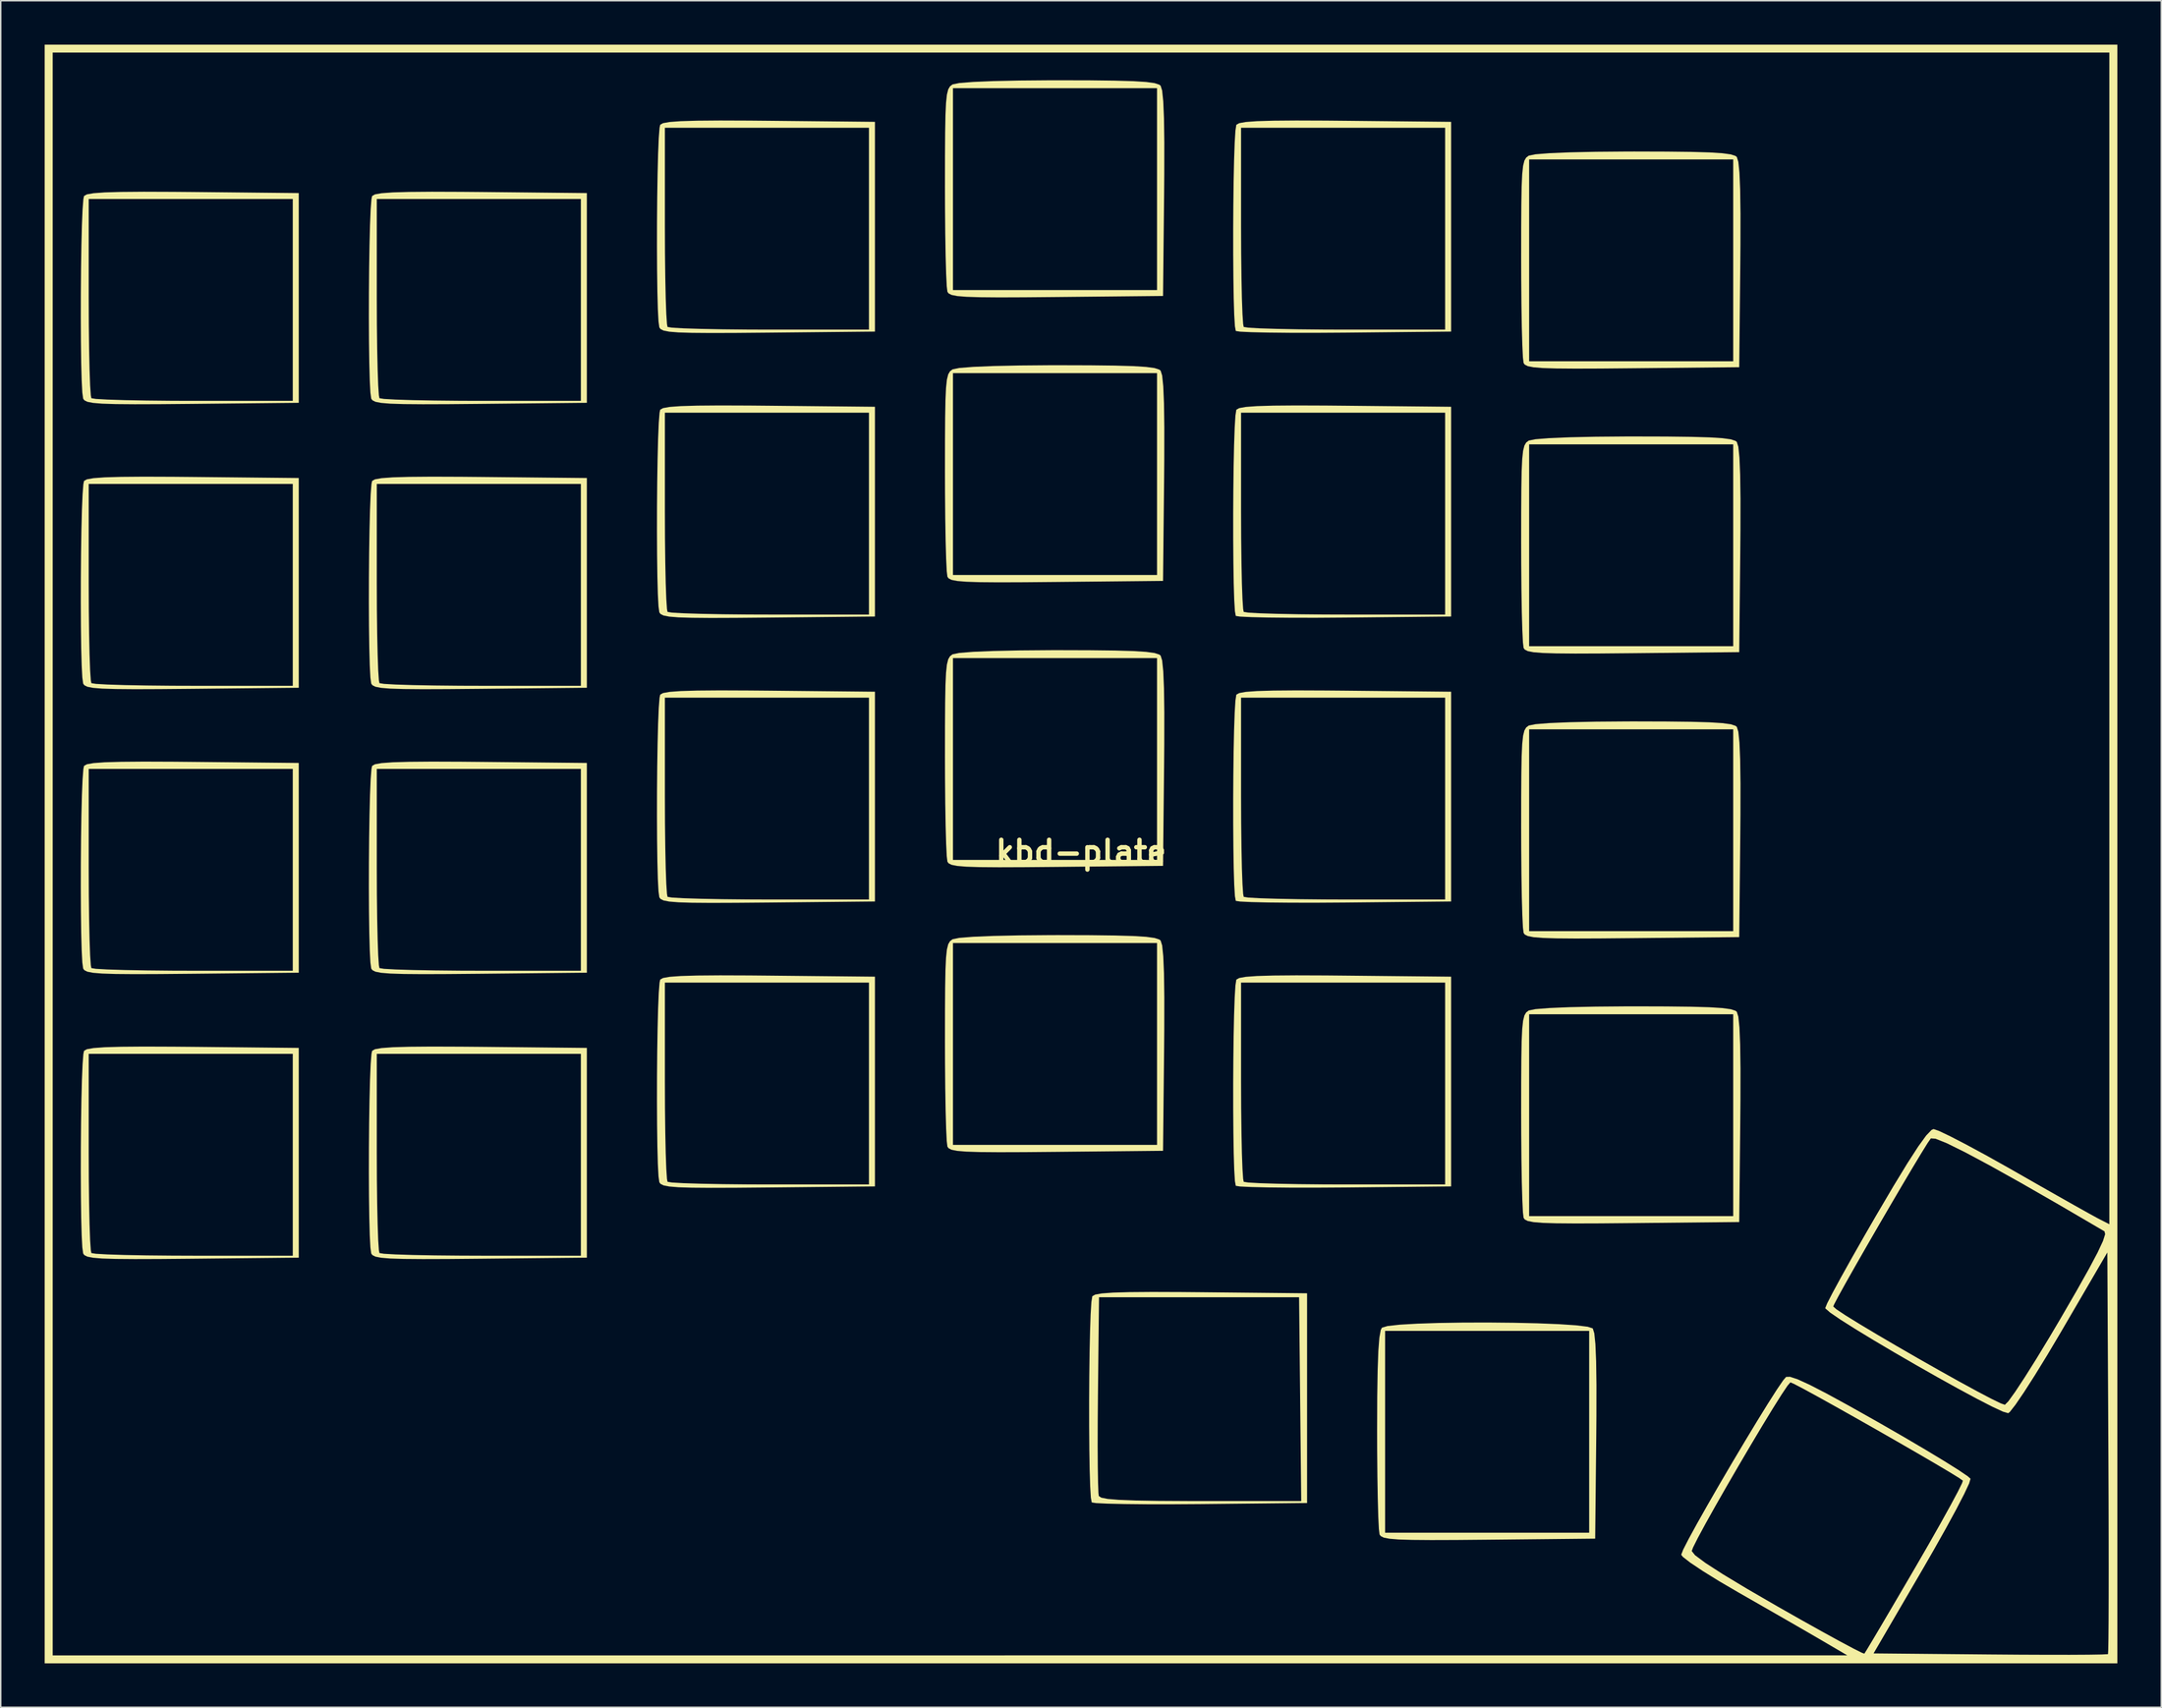
<source format=kicad_pcb>
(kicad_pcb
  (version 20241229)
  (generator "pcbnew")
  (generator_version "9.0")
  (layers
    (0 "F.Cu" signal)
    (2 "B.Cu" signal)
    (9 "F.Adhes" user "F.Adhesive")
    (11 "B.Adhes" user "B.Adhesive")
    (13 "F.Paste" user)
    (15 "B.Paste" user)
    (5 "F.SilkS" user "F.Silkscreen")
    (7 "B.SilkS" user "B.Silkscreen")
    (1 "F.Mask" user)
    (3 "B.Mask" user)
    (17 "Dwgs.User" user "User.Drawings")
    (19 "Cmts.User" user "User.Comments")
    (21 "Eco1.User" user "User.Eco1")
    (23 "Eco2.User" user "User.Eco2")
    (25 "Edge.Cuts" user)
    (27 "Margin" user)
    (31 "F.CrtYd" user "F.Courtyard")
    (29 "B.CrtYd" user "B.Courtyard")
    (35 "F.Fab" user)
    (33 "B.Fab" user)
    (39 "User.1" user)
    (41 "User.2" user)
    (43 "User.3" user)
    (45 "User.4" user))
  (footprint "kbd-plate"
    (layer "F.Cu")
    (at 70.738 55.123)
    (property "Reference" "kbd-plate" (at 0 0 0) (layer "F.SilkS") (effects (font (size 1.524 1.524) (thickness 0.3))))
    (attr board_only exclude_from_pos_files exclude_from_bom)
    (fp_poly (pts (xy 29.519 32.142) (xy 31.154 32.179) (xy 32.603 32.237) (xy 33.777 32.315) (xy 34.584 32.413) (xy 34.93 32.526) (xy 35.035 32.859) (xy 35.111 33.596) (xy 35.16 34.765) (xy 35.183 36.397) (xy 35.18 38.523) (xy 35.169 39.89) (xy 35.096 46.882) (xy 27.821 46.954) (xy 25.618 46.973) (xy 23.901 46.978) (xy 22.608 46.968) (xy 21.678 46.939) (xy 21.05 46.887) (xy 20.664 46.811) (xy 20.458 46.707) (xy 20.378 46.594) (xy 20.364 46.477) (xy 20.757 46.477) (xy 34.686 46.477) (xy 34.686 32.696) (xy 20.757 32.696) (xy 20.757 46.477) (xy 20.364 46.477) (xy 20.332 46.213) (xy 20.29 45.37) (xy 20.256 44.146) (xy 20.23 42.618) (xy 20.214 40.867) (xy 20.211 39.483) (xy 20.219 37.191) (xy 20.247 35.4) (xy 20.295 34.071) (xy 20.365 33.163) (xy 20.46 32.638) (xy 20.538 32.48) (xy 20.922 32.365) (xy 21.756 32.273) (xy 22.951 32.204) (xy 24.416 32.156) (xy 26.06 32.13) (xy 27.791 32.126)) (stroke (width 0) (type solid)) (fill yes) (layer "F.SilkS"))
    (fp_poly (pts (xy 16.693 -49.938) (xy 18.045 -49.926) (xy 25.263 -49.854) (xy 25.263 -35.533) (xy 18.007 -35.461) (xy 16.069 -35.449) (xy 14.312 -35.45) (xy 12.809 -35.465) (xy 11.635 -35.491) (xy 10.862 -35.528) (xy 10.565 -35.574) (xy 10.506 -35.894) (xy 10.458 -36.665) (xy 10.423 -37.8) (xy 10.4 -39.207) (xy 10.388 -40.799) (xy 10.387 -42.487) (xy 10.388 -42.739) (xy 10.925 -42.739) (xy 10.932 -40.886) (xy 10.952 -39.215) (xy 10.982 -37.801) (xy 11.022 -36.719) (xy 11.068 -36.044) (xy 11.107 -35.848) (xy 11.419 -35.799) (xy 12.202 -35.754) (xy 13.379 -35.717) (xy 14.874 -35.689) (xy 16.611 -35.672) (xy 18.071 -35.668) (xy 24.854 -35.668) (xy 24.854 -49.449) (xy 10.925 -49.449) (xy 10.925 -42.739) (xy 10.388 -42.739) (xy 10.397 -44.182) (xy 10.417 -45.795) (xy 10.448 -47.236) (xy 10.489 -48.418) (xy 10.54 -49.251) (xy 10.601 -49.646) (xy 10.606 -49.656) (xy 10.798 -49.764) (xy 11.25 -49.844) (xy 12.014 -49.9) (xy 13.142 -49.933) (xy 14.685 -49.945)) (stroke (width 0) (type solid)) (fill yes) (layer "F.SilkS"))
    (fp_poly (pts (xy 16.693 -30.483) (xy 18.045 -30.471) (xy 25.263 -30.399) (xy 25.263 -16.078) (xy 18.007 -16.006) (xy 16.069 -15.993) (xy 14.312 -15.995) (xy 12.809 -16.009) (xy 11.635 -16.036) (xy 10.862 -16.073) (xy 10.565 -16.118) (xy 10.506 -16.439) (xy 10.458 -17.21) (xy 10.423 -18.344) (xy 10.4 -19.752) (xy 10.388 -21.344) (xy 10.387 -23.032) (xy 10.388 -23.283) (xy 10.925 -23.283) (xy 10.932 -21.431) (xy 10.952 -19.76) (xy 10.982 -18.346) (xy 11.022 -17.264) (xy 11.068 -16.588) (xy 11.107 -16.393) (xy 11.419 -16.343) (xy 12.202 -16.299) (xy 13.379 -16.262) (xy 14.874 -16.234) (xy 16.611 -16.217) (xy 18.071 -16.213) (xy 24.854 -16.213) (xy 24.854 -29.994) (xy 10.925 -29.994) (xy 10.925 -23.283) (xy 10.388 -23.283) (xy 10.397 -24.727) (xy 10.417 -26.339) (xy 10.448 -27.781) (xy 10.489 -28.963) (xy 10.54 -29.795) (xy 10.601 -30.191) (xy 10.606 -30.201) (xy 10.798 -30.308) (xy 11.25 -30.389) (xy 12.014 -30.445) (xy 13.142 -30.478) (xy 14.685 -30.49)) (stroke (width 0) (type solid)) (fill yes) (layer "F.SilkS"))
    (fp_poly (pts (xy 16.693 -11.027) (xy 18.045 -11.016) (xy 25.263 -10.944) (xy 25.263 3.378) (xy 18.007 3.45) (xy 16.069 3.462) (xy 14.312 3.46) (xy 12.809 3.446) (xy 11.635 3.419) (xy 10.862 3.382) (xy 10.565 3.337) (xy 10.506 3.017) (xy 10.458 2.245) (xy 10.423 1.111) (xy 10.4 -0.296) (xy 10.388 -1.889) (xy 10.387 -3.577) (xy 10.388 -3.828) (xy 10.925 -3.828) (xy 10.932 -1.976) (xy 10.952 -0.305) (xy 10.982 1.109) (xy 11.022 2.192) (xy 11.068 2.867) (xy 11.107 3.062) (xy 11.419 3.112) (xy 12.202 3.156) (xy 13.379 3.193) (xy 14.874 3.221) (xy 16.611 3.238) (xy 18.071 3.243) (xy 24.854 3.243) (xy 24.854 -10.538) (xy 10.925 -10.538) (xy 10.925 -3.828) (xy 10.388 -3.828) (xy 10.397 -5.271) (xy 10.417 -6.884) (xy 10.448 -8.326) (xy 10.489 -9.507) (xy 10.54 -10.34) (xy 10.601 -10.735) (xy 10.606 -10.746) (xy 10.798 -10.853) (xy 11.25 -10.934) (xy 12.014 -10.99) (xy 13.142 -11.023) (xy 14.685 -11.035)) (stroke (width 0) (type solid)) (fill yes) (layer "F.SilkS"))
    (fp_poly (pts (xy 16.693 8.428) (xy 18.045 8.44) (xy 25.263 8.512) (xy 25.263 22.833) (xy 18.007 22.905) (xy 16.069 22.917) (xy 14.312 22.916) (xy 12.809 22.901) (xy 11.635 22.875) (xy 10.862 22.838) (xy 10.565 22.792) (xy 10.506 22.472) (xy 10.458 21.7) (xy 10.423 20.566) (xy 10.4 19.159) (xy 10.388 17.567) (xy 10.387 15.879) (xy 10.388 15.627) (xy 10.925 15.627) (xy 10.932 17.48) (xy 10.952 19.15) (xy 10.982 20.565) (xy 11.022 21.647) (xy 11.068 22.322) (xy 11.107 22.518) (xy 11.419 22.567) (xy 12.202 22.612) (xy 13.379 22.649) (xy 14.874 22.677) (xy 16.611 22.694) (xy 18.071 22.698) (xy 24.854 22.698) (xy 24.854 8.917) (xy 10.925 8.917) (xy 10.925 15.627) (xy 10.388 15.627) (xy 10.397 14.184) (xy 10.417 12.571) (xy 10.448 11.13) (xy 10.489 9.948) (xy 10.54 9.115) (xy 10.601 8.72) (xy 10.606 8.71) (xy 10.798 8.602) (xy 11.25 8.522) (xy 12.014 8.466) (xy 13.142 8.433) (xy 14.685 8.421)) (stroke (width 0) (type solid)) (fill yes) (layer "F.SilkS"))
    (fp_poly (pts (xy -61.965 -45.074) (xy -60.613 -45.063) (xy -53.395 -44.99) (xy -53.395 -30.669) (xy -60.67 -30.597) (xy -62.872 -30.578) (xy -64.589 -30.573) (xy -65.882 -30.583) (xy -66.812 -30.612) (xy -67.44 -30.664) (xy -67.826 -30.74) (xy -68.033 -30.844) (xy -68.112 -30.957) (xy -68.169 -31.372) (xy -68.214 -32.224) (xy -68.246 -33.424) (xy -68.265 -34.88) (xy -68.273 -36.501) (xy -68.271 -37.875) (xy -67.733 -37.875) (xy -67.726 -36.023) (xy -67.706 -34.352) (xy -67.676 -32.937) (xy -67.637 -31.855) (xy -67.59 -31.18) (xy -67.551 -30.984) (xy -67.239 -30.935) (xy -66.456 -30.891) (xy -65.279 -30.853) (xy -63.784 -30.825) (xy -62.047 -30.808) (xy -60.587 -30.804) (xy -53.804 -30.804) (xy -53.804 -44.585) (xy -67.733 -44.585) (xy -67.733 -37.875) (xy -68.271 -37.875) (xy -68.27 -38.195) (xy -68.256 -39.872) (xy -68.231 -41.44) (xy -68.196 -42.808) (xy -68.151 -43.885) (xy -68.097 -44.579) (xy -68.052 -44.792) (xy -67.86 -44.9) (xy -67.408 -44.98) (xy -66.644 -45.036) (xy -65.516 -45.069) (xy -63.973 -45.081)) (stroke (width 0) (type solid)) (fill yes) (layer "F.SilkS"))
    (fp_poly (pts (xy -61.965 -25.619) (xy -60.613 -25.607) (xy -53.395 -25.535) (xy -53.395 -11.214) (xy -60.67 -11.142) (xy -62.872 -11.123) (xy -64.589 -11.117) (xy -65.882 -11.128) (xy -66.812 -11.157) (xy -67.44 -11.208) (xy -67.826 -11.284) (xy -68.033 -11.388) (xy -68.112 -11.502) (xy -68.169 -11.916) (xy -68.214 -12.769) (xy -68.246 -13.969) (xy -68.265 -15.425) (xy -68.273 -17.046) (xy -68.271 -18.42) (xy -67.733 -18.42) (xy -67.726 -16.567) (xy -67.706 -14.896) (xy -67.676 -13.482) (xy -67.637 -12.4) (xy -67.59 -11.724) (xy -67.551 -11.529) (xy -67.239 -11.48) (xy -66.456 -11.435) (xy -65.279 -11.398) (xy -63.784 -11.37) (xy -62.047 -11.353) (xy -60.587 -11.349) (xy -53.804 -11.349) (xy -53.804 -25.13) (xy -67.733 -25.13) (xy -67.733 -18.42) (xy -68.271 -18.42) (xy -68.27 -18.74) (xy -68.256 -20.417) (xy -68.231 -21.985) (xy -68.196 -23.353) (xy -68.151 -24.429) (xy -68.097 -25.124) (xy -68.052 -25.337) (xy -67.86 -25.444) (xy -67.408 -25.525) (xy -66.644 -25.581) (xy -65.516 -25.614) (xy -63.973 -25.626)) (stroke (width 0) (type solid)) (fill yes) (layer "F.SilkS"))
    (fp_poly (pts (xy -61.965 -6.164) (xy -60.613 -6.152) (xy -53.395 -6.08) (xy -53.395 8.241) (xy -60.67 8.313) (xy -62.872 8.332) (xy -64.589 8.338) (xy -65.882 8.328) (xy -66.812 8.298) (xy -67.44 8.247) (xy -67.826 8.171) (xy -68.033 8.067) (xy -68.112 7.954) (xy -68.169 7.539) (xy -68.214 6.686) (xy -68.246 5.486) (xy -68.265 4.03) (xy -68.273 2.41) (xy -68.271 1.036) (xy -67.733 1.036) (xy -67.726 2.888) (xy -67.706 4.559) (xy -67.676 5.973) (xy -67.637 7.056) (xy -67.59 7.731) (xy -67.551 7.926) (xy -67.239 7.976) (xy -66.456 8.02) (xy -65.279 8.057) (xy -63.784 8.085) (xy -62.047 8.102) (xy -60.587 8.106) (xy -53.804 8.106) (xy -53.804 -5.674) (xy -67.733 -5.674) (xy -67.733 1.036) (xy -68.271 1.036) (xy -68.27 0.715) (xy -68.256 -0.961) (xy -68.231 -2.529) (xy -68.196 -3.897) (xy -68.151 -4.974) (xy -68.097 -5.668) (xy -68.052 -5.882) (xy -67.86 -5.989) (xy -67.408 -6.07) (xy -66.644 -6.126) (xy -65.516 -6.159) (xy -63.973 -6.171)) (stroke (width 0) (type solid)) (fill yes) (layer "F.SilkS"))
    (fp_poly (pts (xy -61.965 13.292) (xy -60.613 13.303) (xy -53.395 13.376) (xy -53.395 27.697) (xy -60.67 27.769) (xy -62.872 27.788) (xy -64.589 27.793) (xy -65.882 27.783) (xy -66.812 27.754) (xy -67.44 27.702) (xy -67.826 27.626) (xy -68.033 27.522) (xy -68.112 27.409) (xy -68.169 26.994) (xy -68.214 26.142) (xy -68.246 24.942) (xy -68.265 23.486) (xy -68.273 21.865) (xy -68.271 20.491) (xy -67.733 20.491) (xy -67.726 22.343) (xy -67.706 24.014) (xy -67.676 25.429) (xy -67.637 26.511) (xy -67.59 27.186) (xy -67.551 27.382) (xy -67.239 27.431) (xy -66.456 27.475) (xy -65.279 27.513) (xy -63.784 27.541) (xy -62.047 27.557) (xy -60.587 27.562) (xy -53.804 27.562) (xy -53.804 13.781) (xy -67.733 13.781) (xy -67.733 20.491) (xy -68.271 20.491) (xy -68.27 20.171) (xy -68.256 18.494) (xy -68.231 16.926) (xy -68.196 15.558) (xy -68.151 14.481) (xy -68.097 13.787) (xy -68.052 13.574) (xy -67.86 13.466) (xy -67.408 13.386) (xy -66.644 13.33) (xy -65.516 13.297) (xy -63.973 13.285)) (stroke (width 0) (type solid)) (fill yes) (layer "F.SilkS"))
    (fp_poly (pts (xy -42.3 -45.074) (xy -40.949 -45.063) (xy -33.73 -44.99) (xy -33.73 -30.669) (xy -41.005 -30.597) (xy -43.208 -30.578) (xy -44.925 -30.573) (xy -46.218 -30.583) (xy -47.148 -30.612) (xy -47.775 -30.664) (xy -48.162 -30.74) (xy -48.368 -30.844) (xy -48.448 -30.957) (xy -48.505 -31.372) (xy -48.549 -32.224) (xy -48.581 -33.424) (xy -48.601 -34.88) (xy -48.609 -36.501) (xy -48.606 -37.875) (xy -48.069 -37.875) (xy -48.062 -36.023) (xy -48.042 -34.352) (xy -48.011 -32.937) (xy -47.972 -31.855) (xy -47.926 -31.18) (xy -47.887 -30.984) (xy -47.574 -30.935) (xy -46.792 -30.891) (xy -45.615 -30.853) (xy -44.12 -30.825) (xy -42.383 -30.808) (xy -40.922 -30.804) (xy -34.14 -30.804) (xy -34.14 -44.585) (xy -48.069 -44.585) (xy -48.069 -37.875) (xy -48.606 -37.875) (xy -48.605 -38.195) (xy -48.591 -39.872) (xy -48.566 -41.44) (xy -48.531 -42.808) (xy -48.487 -43.885) (xy -48.432 -44.579) (xy -48.387 -44.792) (xy -48.196 -44.9) (xy -47.744 -44.98) (xy -46.979 -45.036) (xy -45.851 -45.069) (xy -44.309 -45.081)) (stroke (width 0) (type solid)) (fill yes) (layer "F.SilkS"))
    (fp_poly (pts (xy -42.3 -25.619) (xy -40.949 -25.607) (xy -33.73 -25.535) (xy -33.73 -11.214) (xy -41.005 -11.142) (xy -43.208 -11.123) (xy -44.925 -11.117) (xy -46.218 -11.128) (xy -47.148 -11.157) (xy -47.775 -11.208) (xy -48.162 -11.284) (xy -48.368 -11.388) (xy -48.448 -11.502) (xy -48.505 -11.916) (xy -48.549 -12.769) (xy -48.581 -13.969) (xy -48.601 -15.425) (xy -48.609 -17.046) (xy -48.606 -18.42) (xy -48.069 -18.42) (xy -48.062 -16.567) (xy -48.042 -14.896) (xy -48.011 -13.482) (xy -47.972 -12.4) (xy -47.926 -11.724) (xy -47.887 -11.529) (xy -47.574 -11.48) (xy -46.792 -11.435) (xy -45.615 -11.398) (xy -44.12 -11.37) (xy -42.383 -11.353) (xy -40.922 -11.349) (xy -34.14 -11.349) (xy -34.14 -25.13) (xy -48.069 -25.13) (xy -48.069 -18.42) (xy -48.606 -18.42) (xy -48.605 -18.74) (xy -48.591 -20.417) (xy -48.566 -21.985) (xy -48.531 -23.353) (xy -48.487 -24.429) (xy -48.432 -25.124) (xy -48.387 -25.337) (xy -48.196 -25.444) (xy -47.744 -25.525) (xy -46.979 -25.581) (xy -45.851 -25.614) (xy -44.309 -25.626)) (stroke (width 0) (type solid)) (fill yes) (layer "F.SilkS"))
    (fp_poly (pts (xy -42.3 -6.164) (xy -40.949 -6.152) (xy -33.73 -6.08) (xy -33.73 8.241) (xy -41.005 8.313) (xy -43.208 8.332) (xy -44.925 8.338) (xy -46.218 8.328) (xy -47.148 8.298) (xy -47.775 8.247) (xy -48.162 8.171) (xy -48.368 8.067) (xy -48.448 7.954) (xy -48.505 7.539) (xy -48.549 6.686) (xy -48.581 5.486) (xy -48.601 4.03) (xy -48.609 2.41) (xy -48.606 1.036) (xy -48.069 1.036) (xy -48.062 2.888) (xy -48.042 4.559) (xy -48.011 5.973) (xy -47.972 7.056) (xy -47.926 7.731) (xy -47.887 7.926) (xy -47.574 7.976) (xy -46.792 8.02) (xy -45.615 8.057) (xy -44.12 8.085) (xy -42.383 8.102) (xy -40.922 8.106) (xy -34.14 8.106) (xy -34.14 -5.674) (xy -48.069 -5.674) (xy -48.069 1.036) (xy -48.606 1.036) (xy -48.605 0.715) (xy -48.591 -0.961) (xy -48.566 -2.529) (xy -48.531 -3.897) (xy -48.487 -4.974) (xy -48.432 -5.668) (xy -48.387 -5.882) (xy -48.196 -5.989) (xy -47.744 -6.07) (xy -46.979 -6.126) (xy -45.851 -6.159) (xy -44.309 -6.171)) (stroke (width 0) (type solid)) (fill yes) (layer "F.SilkS"))
    (fp_poly (pts (xy -42.3 13.292) (xy -40.949 13.303) (xy -33.73 13.376) (xy -33.73 27.697) (xy -41.005 27.769) (xy -43.208 27.788) (xy -44.925 27.793) (xy -46.218 27.783) (xy -47.148 27.754) (xy -47.775 27.702) (xy -48.162 27.626) (xy -48.368 27.522) (xy -48.448 27.409) (xy -48.505 26.994) (xy -48.549 26.142) (xy -48.581 24.942) (xy -48.601 23.486) (xy -48.609 21.865) (xy -48.606 20.491) (xy -48.069 20.491) (xy -48.062 22.343) (xy -48.042 24.014) (xy -48.011 25.429) (xy -47.972 26.511) (xy -47.926 27.186) (xy -47.887 27.382) (xy -47.574 27.431) (xy -46.792 27.475) (xy -45.615 27.513) (xy -44.12 27.541) (xy -42.383 27.557) (xy -40.922 27.562) (xy -34.14 27.562) (xy -34.14 13.781) (xy -48.069 13.781) (xy -48.069 20.491) (xy -48.606 20.491) (xy -48.605 20.171) (xy -48.591 18.494) (xy -48.566 16.926) (xy -48.531 15.558) (xy -48.487 14.481) (xy -48.432 13.787) (xy -48.387 13.574) (xy -48.196 13.466) (xy -47.744 13.386) (xy -46.979 13.33) (xy -45.851 13.297) (xy -44.309 13.285)) (stroke (width 0) (type solid)) (fill yes) (layer "F.SilkS"))
    (fp_poly (pts (xy -22.636 -49.938) (xy -21.284 -49.926) (xy -14.066 -49.854) (xy -14.066 -35.533) (xy -21.341 -35.461) (xy -23.543 -35.442) (xy -25.26 -35.437) (xy -26.553 -35.447) (xy -27.483 -35.476) (xy -28.111 -35.527) (xy -28.497 -35.604) (xy -28.704 -35.708) (xy -28.783 -35.821) (xy -28.84 -36.235) (xy -28.885 -37.088) (xy -28.917 -38.288) (xy -28.936 -39.744) (xy -28.944 -41.365) (xy -28.942 -42.739) (xy -28.404 -42.739) (xy -28.397 -40.886) (xy -28.377 -39.215) (xy -28.347 -37.801) (xy -28.307 -36.719) (xy -28.261 -36.044) (xy -28.222 -35.848) (xy -27.91 -35.799) (xy -27.127 -35.754) (xy -25.95 -35.717) (xy -24.455 -35.689) (xy -22.718 -35.672) (xy -21.258 -35.668) (xy -14.475 -35.668) (xy -14.475 -49.449) (xy -28.404 -49.449) (xy -28.404 -42.739) (xy -28.942 -42.739) (xy -28.941 -43.059) (xy -28.927 -44.736) (xy -28.902 -46.304) (xy -28.867 -47.672) (xy -28.822 -48.749) (xy -28.768 -49.443) (xy -28.723 -49.656) (xy -28.531 -49.764) (xy -28.079 -49.844) (xy -27.315 -49.9) (xy -26.187 -49.933) (xy -24.644 -49.945)) (stroke (width 0) (type solid)) (fill yes) (layer "F.SilkS"))
    (fp_poly (pts (xy -22.636 -30.483) (xy -21.284 -30.471) (xy -14.066 -30.399) (xy -14.066 -16.078) (xy -21.341 -16.006) (xy -23.543 -15.987) (xy -25.26 -15.981) (xy -26.553 -15.992) (xy -27.483 -16.021) (xy -28.111 -16.072) (xy -28.497 -16.148) (xy -28.704 -16.252) (xy -28.783 -16.366) (xy -28.84 -16.78) (xy -28.885 -17.633) (xy -28.917 -18.833) (xy -28.936 -20.289) (xy -28.944 -21.91) (xy -28.942 -23.283) (xy -28.404 -23.283) (xy -28.397 -21.431) (xy -28.377 -19.76) (xy -28.347 -18.346) (xy -28.307 -17.264) (xy -28.261 -16.588) (xy -28.222 -16.393) (xy -27.91 -16.343) (xy -27.127 -16.299) (xy -25.95 -16.262) (xy -24.455 -16.234) (xy -22.718 -16.217) (xy -21.258 -16.213) (xy -14.475 -16.213) (xy -14.475 -29.994) (xy -28.404 -29.994) (xy -28.404 -23.283) (xy -28.942 -23.283) (xy -28.941 -23.604) (xy -28.927 -25.281) (xy -28.902 -26.849) (xy -28.867 -28.216) (xy -28.822 -29.293) (xy -28.768 -29.988) (xy -28.723 -30.201) (xy -28.531 -30.308) (xy -28.079 -30.389) (xy -27.315 -30.445) (xy -26.187 -30.478) (xy -24.644 -30.49)) (stroke (width 0) (type solid)) (fill yes) (layer "F.SilkS"))
    (fp_poly (pts (xy -22.636 -11.027) (xy -21.284 -11.016) (xy -14.066 -10.944) (xy -14.066 3.378) (xy -21.341 3.45) (xy -23.543 3.468) (xy -25.26 3.474) (xy -26.553 3.464) (xy -27.483 3.434) (xy -28.111 3.383) (xy -28.497 3.307) (xy -28.704 3.203) (xy -28.783 3.09) (xy -28.84 2.675) (xy -28.885 1.822) (xy -28.917 0.622) (xy -28.936 -0.833) (xy -28.944 -2.454) (xy -28.942 -3.828) (xy -28.404 -3.828) (xy -28.397 -1.976) (xy -28.377 -0.305) (xy -28.347 1.109) (xy -28.307 2.192) (xy -28.261 2.867) (xy -28.222 3.062) (xy -27.91 3.112) (xy -27.127 3.156) (xy -25.95 3.193) (xy -24.455 3.221) (xy -22.718 3.238) (xy -21.258 3.243) (xy -14.475 3.243) (xy -14.475 -10.538) (xy -28.404 -10.538) (xy -28.404 -3.828) (xy -28.942 -3.828) (xy -28.941 -4.149) (xy -28.927 -5.825) (xy -28.902 -7.393) (xy -28.867 -8.761) (xy -28.822 -9.838) (xy -28.768 -10.532) (xy -28.723 -10.746) (xy -28.531 -10.853) (xy -28.079 -10.934) (xy -27.315 -10.99) (xy -26.187 -11.023) (xy -24.644 -11.035)) (stroke (width 0) (type solid)) (fill yes) (layer "F.SilkS"))
    (fp_poly (pts (xy -22.636 8.428) (xy -21.284 8.44) (xy -14.066 8.512) (xy -14.066 22.833) (xy -21.341 22.905) (xy -23.543 22.924) (xy -25.26 22.929) (xy -26.553 22.919) (xy -27.483 22.89) (xy -28.111 22.838) (xy -28.497 22.762) (xy -28.704 22.658) (xy -28.783 22.545) (xy -28.84 22.131) (xy -28.885 21.278) (xy -28.917 20.078) (xy -28.936 18.622) (xy -28.944 17.001) (xy -28.942 15.627) (xy -28.404 15.627) (xy -28.397 17.48) (xy -28.377 19.15) (xy -28.347 20.565) (xy -28.307 21.647) (xy -28.261 22.322) (xy -28.222 22.518) (xy -27.91 22.567) (xy -27.127 22.612) (xy -25.95 22.649) (xy -24.455 22.677) (xy -22.718 22.694) (xy -21.258 22.698) (xy -14.475 22.698) (xy -14.475 8.917) (xy -28.404 8.917) (xy -28.404 15.627) (xy -28.942 15.627) (xy -28.941 15.307) (xy -28.927 13.63) (xy -28.902 12.062) (xy -28.867 10.694) (xy -28.822 9.617) (xy -28.768 8.923) (xy -28.723 8.71) (xy -28.531 8.602) (xy -28.079 8.522) (xy -27.315 8.466) (xy -26.187 8.433) (xy -24.644 8.421)) (stroke (width 0) (type solid)) (fill yes) (layer "F.SilkS"))
    (fp_poly (pts (xy 6.861 30.045) (xy 8.213 30.057) (xy 15.431 30.129) (xy 15.431 44.45) (xy 8.175 44.522) (xy 6.237 44.534) (xy 4.479 44.533) (xy 2.977 44.518) (xy 1.803 44.492) (xy 1.03 44.455) (xy 0.733 44.409) (xy 0.673 44.089) (xy 0.626 43.318) (xy 0.591 42.183) (xy 0.567 40.776) (xy 0.566 40.543) (xy 1.137 40.543) (xy 1.145 41.971) (xy 1.163 43.072) (xy 1.19 43.767) (xy 1.215 43.972) (xy 1.383 44.083) (xy 1.824 44.17) (xy 2.588 44.233) (xy 3.727 44.277) (xy 5.292 44.303) (xy 7.334 44.314) (xy 8.19 44.315) (xy 15.031 44.315) (xy 14.958 37.357) (xy 14.885 30.399) (xy 1.229 30.399) (xy 1.156 37.014) (xy 1.141 38.864) (xy 1.137 40.543) (xy 0.566 40.543) (xy 0.555 39.184) (xy 0.554 37.496) (xy 0.564 35.801) (xy 0.585 34.188) (xy 0.616 32.747) (xy 0.657 31.565) (xy 0.708 30.732) (xy 0.769 30.337) (xy 0.774 30.327) (xy 0.965 30.219) (xy 1.418 30.139) (xy 2.182 30.083) (xy 3.31 30.05) (xy 4.852 30.038)) (stroke (width 0) (type solid)) (fill yes) (layer "F.SilkS"))
    (fp_poly (pts (xy 0.62 -52.686) (xy 2.306 -52.666) (xy 3.562 -52.63) (xy 4.449 -52.575) (xy 5.023 -52.496) (xy 5.343 -52.391) (xy 5.434 -52.32) (xy 5.538 -51.987) (xy 5.614 -51.251) (xy 5.663 -50.082) (xy 5.686 -48.449) (xy 5.683 -46.323) (xy 5.672 -44.957) (xy 5.599 -37.965) (xy -1.676 -37.893) (xy -3.878 -37.874) (xy -5.596 -37.868) (xy -6.889 -37.879) (xy -7.819 -37.908) (xy -8.446 -37.959) (xy -8.833 -38.036) (xy -9.039 -38.14) (xy -9.119 -38.253) (xy -9.133 -38.37) (xy -8.74 -38.37) (xy 5.189 -38.37) (xy 5.189 -52.151) (xy -8.74 -52.151) (xy -8.74 -38.37) (xy -9.133 -38.37) (xy -9.165 -38.634) (xy -9.206 -39.476) (xy -9.241 -40.701) (xy -9.267 -42.23) (xy -9.282 -43.984) (xy -9.286 -45.408) (xy -9.284 -47.49) (xy -9.274 -49.096) (xy -9.253 -50.292) (xy -9.214 -51.143) (xy -9.153 -51.714) (xy -9.064 -52.069) (xy -8.944 -52.275) (xy -8.787 -52.396) (xy -8.758 -52.412) (xy -8.308 -52.503) (xy -7.362 -52.578) (xy -5.972 -52.636) (xy -4.188 -52.674) (xy -2.06 -52.691) (xy -1.554 -52.691)) (stroke (width 0) (type solid)) (fill yes) (layer "F.SilkS"))
    (fp_poly (pts (xy 0.62 -33.23) (xy 2.306 -33.211) (xy 3.562 -33.175) (xy 4.449 -33.119) (xy 5.023 -33.041) (xy 5.343 -32.936) (xy 5.434 -32.865) (xy 5.538 -32.532) (xy 5.614 -31.796) (xy 5.663 -30.627) (xy 5.686 -28.994) (xy 5.683 -26.868) (xy 5.672 -25.502) (xy 5.599 -18.51) (xy -1.676 -18.438) (xy -3.878 -18.419) (xy -5.596 -18.413) (xy -6.889 -18.423) (xy -7.819 -18.453) (xy -8.446 -18.504) (xy -8.833 -18.58) (xy -9.039 -18.684) (xy -9.119 -18.798) (xy -9.133 -18.915) (xy -8.74 -18.915) (xy 5.189 -18.915) (xy 5.189 -32.696) (xy -8.74 -32.696) (xy -8.74 -18.915) (xy -9.133 -18.915) (xy -9.165 -19.178) (xy -9.206 -20.021) (xy -9.241 -21.246) (xy -9.267 -22.775) (xy -9.282 -24.529) (xy -9.286 -25.953) (xy -9.284 -28.035) (xy -9.274 -29.641) (xy -9.253 -30.837) (xy -9.214 -31.688) (xy -9.153 -32.259) (xy -9.064 -32.614) (xy -8.944 -32.82) (xy -8.787 -32.94) (xy -8.758 -32.956) (xy -8.308 -33.048) (xy -7.362 -33.123) (xy -5.972 -33.181) (xy -4.188 -33.219) (xy -2.06 -33.236) (xy -1.554 -33.236)) (stroke (width 0) (type solid)) (fill yes) (layer "F.SilkS"))
    (fp_poly (pts (xy 0.62 -13.775) (xy 2.306 -13.756) (xy 3.562 -13.72) (xy 4.449 -13.664) (xy 5.023 -13.585) (xy 5.343 -13.481) (xy 5.434 -13.41) (xy 5.538 -13.077) (xy 5.614 -12.341) (xy 5.663 -11.171) (xy 5.686 -9.539) (xy 5.683 -7.413) (xy 5.672 -6.047) (xy 5.599 0.946) (xy -1.676 1.018) (xy -3.878 1.036) (xy -5.596 1.042) (xy -6.889 1.032) (xy -7.819 1.003) (xy -8.446 0.951) (xy -8.833 0.875) (xy -9.039 0.771) (xy -9.119 0.658) (xy -9.133 0.54) (xy -8.74 0.54) (xy 5.189 0.54) (xy 5.189 -13.24) (xy -8.74 -13.24) (xy -8.74 0.54) (xy -9.133 0.54) (xy -9.165 0.277) (xy -9.206 -0.566) (xy -9.241 -1.791) (xy -9.267 -3.32) (xy -9.282 -5.074) (xy -9.286 -6.498) (xy -9.284 -8.579) (xy -9.274 -10.186) (xy -9.253 -11.382) (xy -9.214 -12.233) (xy -9.153 -12.803) (xy -9.064 -13.159) (xy -8.944 -13.364) (xy -8.787 -13.485) (xy -8.758 -13.501) (xy -8.308 -13.592) (xy -7.362 -13.668) (xy -5.972 -13.725) (xy -4.188 -13.764) (xy -2.06 -13.78) (xy -1.554 -13.781)) (stroke (width 0) (type solid)) (fill yes) (layer "F.SilkS"))
    (fp_poly (pts (xy 0.62 5.68) (xy 2.306 5.7) (xy 3.562 5.736) (xy 4.449 5.791) (xy 5.023 5.87) (xy 5.343 5.975) (xy 5.434 6.046) (xy 5.538 6.379) (xy 5.614 7.115) (xy 5.663 8.284) (xy 5.686 9.917) (xy 5.683 12.043) (xy 5.672 13.409) (xy 5.599 20.401) (xy -1.676 20.473) (xy -3.878 20.492) (xy -5.596 20.497) (xy -6.889 20.487) (xy -7.819 20.458) (xy -8.446 20.407) (xy -8.833 20.33) (xy -9.039 20.226) (xy -9.119 20.113) (xy -9.133 19.996) (xy -8.74 19.996) (xy 5.189 19.996) (xy 5.189 6.215) (xy -8.74 6.215) (xy -8.74 19.996) (xy -9.133 19.996) (xy -9.165 19.732) (xy -9.206 18.89) (xy -9.241 17.665) (xy -9.267 16.136) (xy -9.282 14.382) (xy -9.286 12.958) (xy -9.284 10.876) (xy -9.274 9.27) (xy -9.253 8.074) (xy -9.214 7.223) (xy -9.153 6.652) (xy -9.064 6.296) (xy -8.944 6.091) (xy -8.787 5.97) (xy -8.758 5.954) (xy -8.308 5.863) (xy -7.362 5.788) (xy -5.972 5.73) (xy -4.188 5.692) (xy -2.06 5.675) (xy -1.554 5.674)) (stroke (width 0) (type solid)) (fill yes) (layer "F.SilkS"))
    (fp_poly (pts (xy 39.949 -47.822) (xy 41.635 -47.803) (xy 42.891 -47.767) (xy 43.778 -47.711) (xy 44.352 -47.632) (xy 44.672 -47.527) (xy 44.763 -47.457) (xy 44.867 -47.123) (xy 44.943 -46.387) (xy 44.992 -45.218) (xy 45.015 -43.586) (xy 45.012 -41.46) (xy 45.001 -40.093) (xy 44.928 -33.101) (xy 37.653 -33.029) (xy 35.451 -33.01) (xy 33.733 -33.005) (xy 32.44 -33.015) (xy 31.51 -33.044) (xy 30.883 -33.096) (xy 30.496 -33.172) (xy 30.29 -33.276) (xy 30.21 -33.389) (xy 30.196 -33.506) (xy 30.589 -33.506) (xy 44.518 -33.506) (xy 44.518 -47.287) (xy 30.589 -47.287) (xy 30.589 -33.506) (xy 30.196 -33.506) (xy 30.164 -33.77) (xy 30.123 -34.612) (xy 30.088 -35.837) (xy 30.062 -37.366) (xy 30.047 -39.12) (xy 30.043 -40.545) (xy 30.045 -42.626) (xy 30.055 -44.233) (xy 30.076 -45.429) (xy 30.115 -46.279) (xy 30.176 -46.85) (xy 30.265 -47.206) (xy 30.385 -47.411) (xy 30.542 -47.532) (xy 30.571 -47.548) (xy 31.021 -47.639) (xy 31.967 -47.714) (xy 33.357 -47.772) (xy 35.141 -47.81) (xy 37.269 -47.827) (xy 37.775 -47.828)) (stroke (width 0) (type solid)) (fill yes) (layer "F.SilkS"))
    (fp_poly (pts (xy 39.949 -28.367) (xy 41.635 -28.347) (xy 42.891 -28.311) (xy 43.778 -28.256) (xy 44.352 -28.177) (xy 44.672 -28.072) (xy 44.763 -28.001) (xy 44.867 -27.668) (xy 44.943 -26.932) (xy 44.992 -25.763) (xy 45.015 -24.13) (xy 45.012 -22.004) (xy 45.001 -20.638) (xy 44.928 -13.646) (xy 37.653 -13.574) (xy 35.451 -13.555) (xy 33.733 -13.549) (xy 32.44 -13.56) (xy 31.51 -13.589) (xy 30.883 -13.64) (xy 30.496 -13.716) (xy 30.29 -13.82) (xy 30.21 -13.934) (xy 30.196 -14.051) (xy 30.589 -14.051) (xy 44.518 -14.051) (xy 44.518 -27.832) (xy 30.589 -27.832) (xy 30.589 -14.051) (xy 30.196 -14.051) (xy 30.164 -14.315) (xy 30.123 -15.157) (xy 30.088 -16.382) (xy 30.062 -17.911) (xy 30.047 -19.665) (xy 30.043 -21.089) (xy 30.045 -23.171) (xy 30.055 -24.777) (xy 30.076 -25.973) (xy 30.115 -26.824) (xy 30.176 -27.395) (xy 30.265 -27.75) (xy 30.385 -27.956) (xy 30.542 -28.076) (xy 30.571 -28.093) (xy 31.021 -28.184) (xy 31.967 -28.259) (xy 33.357 -28.317) (xy 35.141 -28.355) (xy 37.269 -28.372) (xy 37.775 -28.372)) (stroke (width 0) (type solid)) (fill yes) (layer "F.SilkS"))
    (fp_poly (pts (xy 39.949 -8.911) (xy 41.635 -8.892) (xy 42.891 -8.856) (xy 43.778 -8.8) (xy 44.352 -8.722) (xy 44.672 -8.617) (xy 44.763 -8.546) (xy 44.867 -8.213) (xy 44.943 -7.477) (xy 44.992 -6.307) (xy 45.015 -4.675) (xy 45.012 -2.549) (xy 45.001 -1.183) (xy 44.928 5.81) (xy 37.653 5.881) (xy 35.451 5.9) (xy 33.733 5.906) (xy 32.44 5.896) (xy 31.51 5.866) (xy 30.883 5.815) (xy 30.496 5.739) (xy 30.29 5.635) (xy 30.21 5.522) (xy 30.196 5.404) (xy 30.589 5.404) (xy 44.518 5.404) (xy 44.518 -8.377) (xy 30.589 -8.377) (xy 30.589 5.404) (xy 30.196 5.404) (xy 30.164 5.141) (xy 30.123 4.298) (xy 30.088 3.073) (xy 30.062 1.544) (xy 30.047 -0.21) (xy 30.043 -1.634) (xy 30.045 -3.716) (xy 30.055 -5.322) (xy 30.076 -6.518) (xy 30.115 -7.369) (xy 30.176 -7.939) (xy 30.265 -8.295) (xy 30.385 -8.501) (xy 30.542 -8.621) (xy 30.571 -8.637) (xy 31.021 -8.728) (xy 31.967 -8.804) (xy 33.357 -8.862) (xy 35.141 -8.9) (xy 37.269 -8.916) (xy 37.775 -8.917)) (stroke (width 0) (type solid)) (fill yes) (layer "F.SilkS"))
    (fp_poly (pts (xy 39.949 10.544) (xy 41.635 10.563) (xy 42.891 10.599) (xy 43.778 10.655) (xy 44.352 10.734) (xy 44.672 10.838) (xy 44.763 10.909) (xy 44.867 11.242) (xy 44.943 11.979) (xy 44.992 13.148) (xy 45.015 14.78) (xy 45.012 16.906) (xy 45.001 18.273) (xy 44.928 25.265) (xy 37.653 25.337) (xy 35.451 25.356) (xy 33.733 25.361) (xy 32.44 25.351) (xy 31.51 25.322) (xy 30.883 25.27) (xy 30.496 25.194) (xy 30.29 25.09) (xy 30.21 24.977) (xy 30.196 24.86) (xy 30.589 24.86) (xy 44.518 24.86) (xy 44.518 11.079) (xy 30.589 11.079) (xy 30.589 24.86) (xy 30.196 24.86) (xy 30.164 24.596) (xy 30.123 23.754) (xy 30.088 22.529) (xy 30.062 21) (xy 30.047 19.246) (xy 30.043 17.821) (xy 30.045 15.74) (xy 30.055 14.133) (xy 30.076 12.937) (xy 30.115 12.087) (xy 30.176 11.516) (xy 30.265 11.16) (xy 30.385 10.955) (xy 30.542 10.834) (xy 30.571 10.818) (xy 31.021 10.727) (xy 31.967 10.652) (xy 33.357 10.594) (xy 35.141 10.556) (xy 37.269 10.539) (xy 37.775 10.538)) (stroke (width 0) (type solid)) (fill yes) (layer "F.SilkS"))
    (fp_poly (pts (xy 70.738 55.394) (xy -70.738 55.394) (xy -70.738 54.853) (xy -70.191 54.853) (xy -8.945 54.852) (xy 52.302 54.85) (xy 50.527 53.809) (xy 49.656 53.302) (xy 48.446 52.603) (xy 47.029 51.789) (xy 45.54 50.936) (xy 44.86 50.547) (xy 43.557 49.784) (xy 42.44 49.091) (xy 41.587 48.521) (xy 41.078 48.125) (xy 40.968 47.98) (xy 41.066 47.728) (xy 41.686 47.728) (xy 41.914 48.014) (xy 42.621 48.54) (xy 43.797 49.3) (xy 45.435 50.289) (xy 47.508 51.491) (xy 49.121 52.407) (xy 50.572 53.218) (xy 51.797 53.891) (xy 52.731 54.389) (xy 53.308 54.678) (xy 53.469 54.735) (xy 53.628 54.482) (xy 54.022 53.826) (xy 54.612 52.83) (xy 55.359 51.56) (xy 56.226 50.081) (xy 56.936 48.866) (xy 57.859 47.269) (xy 58.677 45.828) (xy 59.353 44.607) (xy 59.853 43.673) (xy 60.14 43.091) (xy 60.193 42.923) (xy 59.932 42.738) (xy 59.275 42.333) (xy 58.301 41.754) (xy 57.09 41.048) (xy 55.722 40.258) (xy 54.276 39.43) (xy 52.831 38.61) (xy 51.468 37.843) (xy 50.265 37.174) (xy 49.303 36.649) (xy 48.661 36.314) (xy 48.423 36.211) (xy 48.228 36.435) (xy 47.813 37.054) (xy 47.225 37.989) (xy 46.51 39.162) (xy 45.714 40.496) (xy 44.881 41.912) (xy 44.058 43.331) (xy 43.29 44.676) (xy 42.624 45.868) (xy 42.105 46.829) (xy 41.778 47.482) (xy 41.686 47.728) (xy 41.066 47.728) (xy 41.102 47.632) (xy 41.476 46.902) (xy 42.041 45.868) (xy 42.753 44.608) (xy 43.564 43.201) (xy 44.428 41.726) (xy 45.3 40.261) (xy 46.132 38.884) (xy 46.878 37.675) (xy 47.493 36.711) (xy 47.929 36.071) (xy 48.127 35.84) (xy 48.393 35.83) (xy 48.915 36.002) (xy 49.733 36.376) (xy 50.89 36.973) (xy 52.426 37.812) (xy 54.382 38.914) (xy 54.561 39.016) (xy 56.206 39.964) (xy 57.689 40.838) (xy 58.948 41.599) (xy 59.915 42.207) (xy 60.526 42.622) (xy 60.717 42.792) (xy 60.622 43.112) (xy 60.286 43.83) (xy 59.744 44.879) (xy 59.031 46.19) (xy 58.183 47.697) (xy 57.474 48.927) (xy 54.098 54.718) (xy 62.049 54.79) (xy 64.076 54.805) (xy 65.919 54.812) (xy 67.509 54.813) (xy 68.777 54.806) (xy 69.655 54.792) (xy 70.074 54.771) (xy 70.099 54.765) (xy 70.116 54.484) (xy 70.13 53.714) (xy 70.14 52.506) (xy 70.146 50.912) (xy 70.148 48.983) (xy 70.146 46.77) (xy 70.14 44.325) (xy 70.129 41.699) (xy 70.126 41.005) (xy 70.055 27.342) (xy 66.879 32.789) (xy 65.959 34.34) (xy 65.108 35.726) (xy 64.369 36.88) (xy 63.786 37.736) (xy 63.402 38.227) (xy 63.288 38.317) (xy 62.934 38.212) (xy 62.199 37.87) (xy 61.16 37.336) (xy 59.895 36.654) (xy 58.48 35.869) (xy 56.991 35.023) (xy 55.505 34.162) (xy 54.099 33.329) (xy 52.85 32.569) (xy 51.835 31.926) (xy 51.129 31.443) (xy 50.811 31.165) (xy 50.8 31.137) (xy 50.843 31.032) (xy 51.346 31.032) (xy 51.572 31.23) (xy 52.197 31.645) (xy 53.143 32.23) (xy 54.331 32.941) (xy 55.681 33.732) (xy 57.115 34.56) (xy 58.555 35.377) (xy 59.92 36.14) (xy 61.134 36.803) (xy 62.115 37.32) (xy 62.787 37.647) (xy 63.062 37.742) (xy 63.298 37.504) (xy 63.762 36.86) (xy 64.412 35.873) (xy 65.207 34.609) (xy 66.105 33.13) (xy 66.831 31.903) (xy 67.948 29.975) (xy 68.795 28.467) (xy 69.391 27.344) (xy 69.755 26.566) (xy 69.905 26.098) (xy 69.864 25.903) (xy 66.801 24.11) (xy 64.194 22.612) (xy 62.044 21.41) (xy 60.349 20.503) (xy 59.112 19.891) (xy 58.331 19.576) (xy 58.01 19.551) (xy 57.791 19.867) (xy 57.358 20.565) (xy 56.756 21.563) (xy 56.032 22.784) (xy 55.232 24.148) (xy 54.401 25.575) (xy 53.586 26.986) (xy 52.833 28.302) (xy 52.188 29.444) (xy 51.697 30.332) (xy 51.406 30.886) (xy 51.346 31.032) (xy 50.843 31.032) (xy 50.931 30.816) (xy 51.301 30.096) (xy 51.873 29.042) (xy 52.61 27.722) (xy 53.474 26.203) (xy 54.255 24.852) (xy 55.447 22.827) (xy 56.405 21.255) (xy 57.147 20.107) (xy 57.69 19.357) (xy 58.054 18.977) (xy 58.196 18.915) (xy 58.569 19.046) (xy 59.335 19.411) (xy 60.416 19.971) (xy 61.736 20.685) (xy 63.217 21.513) (xy 63.685 21.78) (xy 65.224 22.659) (xy 66.644 23.466) (xy 67.863 24.155) (xy 68.797 24.678) (xy 69.364 24.989) (xy 69.44 25.029) (xy 70.191 25.414) (xy 70.191 -54.583) (xy -70.191 -54.583) (xy -70.191 54.853) (xy -70.738 54.853) (xy -70.738 -55.123) (xy 70.738 -55.123)) (stroke (width 0) (type solid)) (fill yes) (layer "F.SilkS")))
  (gr_rect
    (start -3 -3)
    (end 144.475 113.517)
    (stroke (width 0.1) (type default))
    (fill no)
    (layer "Edge.Cuts")))
</source>
